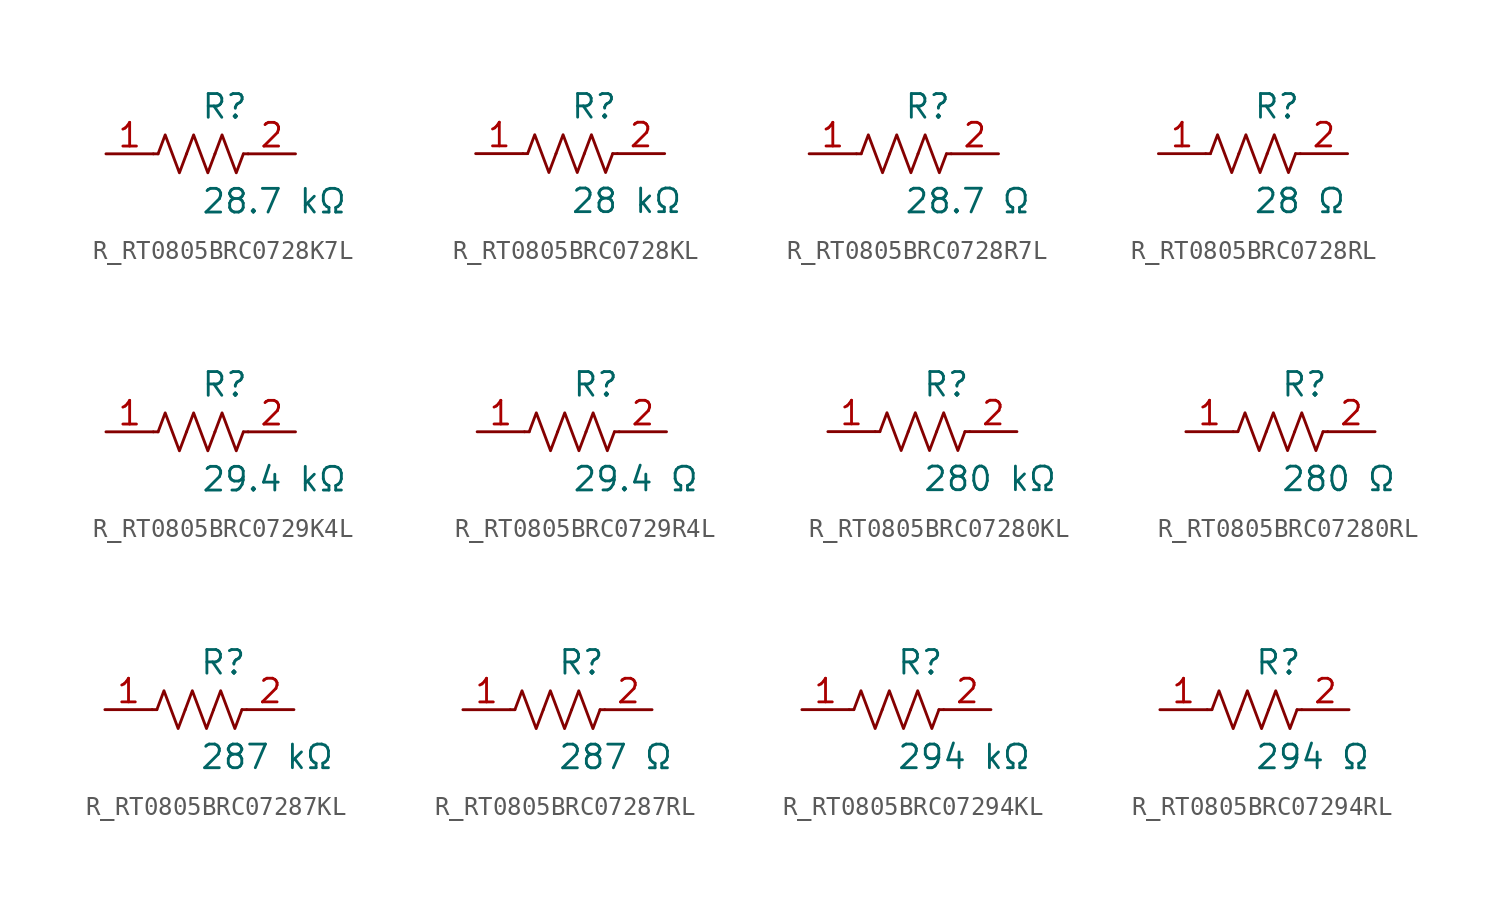
<source format=kicad_sym>
(kicad_symbol_lib
  (version 20231120)
  (generator kicad_symbol_editor)
  (generator_version 8.0)
  (symbol "R_RT0805BRC0728K7L"
    (pin_names
      (offset 0.254))
    (property "Reference" "R"
      (at 0 2.54 0)
      (effects (font (size 1.27 1.27)) (justify left)))
    (property "Value" "28.7 kΩ"
      (at 0 -2.54 0)
      (effects (font (size 1.27 1.27)) (justify left)))
    (symbol "R_RT0805BRC0728K7L_0_1"
      (polyline (pts (xy 2.286 0) (xy 2.54 0)) (stroke (width 0) (type default)) (fill (type none)))
      (polyline (pts (xy -2.286 0) (xy -2.54 0)) (stroke (width 0) (type default)) (fill (type none)))
      (polyline (pts (xy 0.762 0) (xy 1.143 1.016) (xy 1.524 0) (xy 1.905 -1.016) (xy 2.286 0)) (stroke (width 0) (type default)) (fill (type none)))
      (polyline (pts (xy -0.762 0) (xy -0.381 1.016) (xy 0 0) (xy 0.381 -1.016) (xy 0.762 0)) (stroke (width 0) (type default)) (fill (type none)))
      (polyline (pts (xy -2.286 0) (xy -1.905 1.016) (xy -1.524 0) (xy -1.143 -1.016) (xy -0.762 0)) (stroke (width 0) (type default)) (fill (type none))))
    (pin unspecified line
      (at -5.08 0 0)
      (length 2.54)
      (name "" (effects (font (size 1.27 1.27))))
      (number "1" (effects (font (size 1.27 1.27)))))
    (pin unspecified line
      (at 5.08 0 180)
      (length 2.54)
      (name "" (effects (font (size 1.27 1.27))))
      (number "2" (effects (font (size 1.27 1.27))))))
  (symbol "R_RT0805BRC0728KL"
    (pin_names
      (offset 0.254))
    (property "Reference" "R"
      (at 0 2.54 0)
      (effects (font (size 1.27 1.27)) (justify left)))
    (property "Value" "28 kΩ"
      (at 0 -2.54 0)
      (effects (font (size 1.27 1.27)) (justify left)))
    (symbol "R_RT0805BRC0728KL_0_1"
      (polyline (pts (xy 2.286 0) (xy 2.54 0)) (stroke (width 0) (type default)) (fill (type none)))
      (polyline (pts (xy -2.286 0) (xy -2.54 0)) (stroke (width 0) (type default)) (fill (type none)))
      (polyline (pts (xy 0.762 0) (xy 1.143 1.016) (xy 1.524 0) (xy 1.905 -1.016) (xy 2.286 0)) (stroke (width 0) (type default)) (fill (type none)))
      (polyline (pts (xy -0.762 0) (xy -0.381 1.016) (xy 0 0) (xy 0.381 -1.016) (xy 0.762 0)) (stroke (width 0) (type default)) (fill (type none)))
      (polyline (pts (xy -2.286 0) (xy -1.905 1.016) (xy -1.524 0) (xy -1.143 -1.016) (xy -0.762 0)) (stroke (width 0) (type default)) (fill (type none))))
    (pin unspecified line
      (at -5.08 0 0)
      (length 2.54)
      (name "" (effects (font (size 1.27 1.27))))
      (number "1" (effects (font (size 1.27 1.27)))))
    (pin unspecified line
      (at 5.08 0 180)
      (length 2.54)
      (name "" (effects (font (size 1.27 1.27))))
      (number "2" (effects (font (size 1.27 1.27))))))
  (symbol "R_RT0805BRC0728R7L"
    (pin_names
      (offset 0.254))
    (property "Reference" "R"
      (at 0 2.54 0)
      (effects (font (size 1.27 1.27)) (justify left)))
    (property "Value" "28.7 Ω"
      (at 0 -2.54 0)
      (effects (font (size 1.27 1.27)) (justify left)))
    (symbol "R_RT0805BRC0728R7L_0_1"
      (polyline (pts (xy 2.286 0) (xy 2.54 0)) (stroke (width 0) (type default)) (fill (type none)))
      (polyline (pts (xy -2.286 0) (xy -2.54 0)) (stroke (width 0) (type default)) (fill (type none)))
      (polyline (pts (xy 0.762 0) (xy 1.143 1.016) (xy 1.524 0) (xy 1.905 -1.016) (xy 2.286 0)) (stroke (width 0) (type default)) (fill (type none)))
      (polyline (pts (xy -0.762 0) (xy -0.381 1.016) (xy 0 0) (xy 0.381 -1.016) (xy 0.762 0)) (stroke (width 0) (type default)) (fill (type none)))
      (polyline (pts (xy -2.286 0) (xy -1.905 1.016) (xy -1.524 0) (xy -1.143 -1.016) (xy -0.762 0)) (stroke (width 0) (type default)) (fill (type none))))
    (pin unspecified line
      (at -5.08 0 0)
      (length 2.54)
      (name "" (effects (font (size 1.27 1.27))))
      (number "1" (effects (font (size 1.27 1.27)))))
    (pin unspecified line
      (at 5.08 0 180)
      (length 2.54)
      (name "" (effects (font (size 1.27 1.27))))
      (number "2" (effects (font (size 1.27 1.27))))))
  (symbol "R_RT0805BRC0728RL"
    (pin_names
      (offset 0.254))
    (property "Reference" "R"
      (at 0 2.54 0)
      (effects (font (size 1.27 1.27)) (justify left)))
    (property "Value" "28 Ω"
      (at 0 -2.54 0)
      (effects (font (size 1.27 1.27)) (justify left)))
    (symbol "R_RT0805BRC0728RL_0_1"
      (polyline (pts (xy 2.286 0) (xy 2.54 0)) (stroke (width 0) (type default)) (fill (type none)))
      (polyline (pts (xy -2.286 0) (xy -2.54 0)) (stroke (width 0) (type default)) (fill (type none)))
      (polyline (pts (xy 0.762 0) (xy 1.143 1.016) (xy 1.524 0) (xy 1.905 -1.016) (xy 2.286 0)) (stroke (width 0) (type default)) (fill (type none)))
      (polyline (pts (xy -0.762 0) (xy -0.381 1.016) (xy 0 0) (xy 0.381 -1.016) (xy 0.762 0)) (stroke (width 0) (type default)) (fill (type none)))
      (polyline (pts (xy -2.286 0) (xy -1.905 1.016) (xy -1.524 0) (xy -1.143 -1.016) (xy -0.762 0)) (stroke (width 0) (type default)) (fill (type none))))
    (pin unspecified line
      (at -5.08 0 0)
      (length 2.54)
      (name "" (effects (font (size 1.27 1.27))))
      (number "1" (effects (font (size 1.27 1.27)))))
    (pin unspecified line
      (at 5.08 0 180)
      (length 2.54)
      (name "" (effects (font (size 1.27 1.27))))
      (number "2" (effects (font (size 1.27 1.27))))))
  (symbol "R_RT0805BRC0729K4L"
    (pin_names
      (offset 0.254))
    (property "Reference" "R"
      (at 0 2.54 0)
      (effects (font (size 1.27 1.27)) (justify left)))
    (property "Value" "29.4 kΩ"
      (at 0 -2.54 0)
      (effects (font (size 1.27 1.27)) (justify left)))
    (symbol "R_RT0805BRC0729K4L_0_1"
      (polyline (pts (xy 2.286 0) (xy 2.54 0)) (stroke (width 0) (type default)) (fill (type none)))
      (polyline (pts (xy -2.286 0) (xy -2.54 0)) (stroke (width 0) (type default)) (fill (type none)))
      (polyline (pts (xy 0.762 0) (xy 1.143 1.016) (xy 1.524 0) (xy 1.905 -1.016) (xy 2.286 0)) (stroke (width 0) (type default)) (fill (type none)))
      (polyline (pts (xy -0.762 0) (xy -0.381 1.016) (xy 0 0) (xy 0.381 -1.016) (xy 0.762 0)) (stroke (width 0) (type default)) (fill (type none)))
      (polyline (pts (xy -2.286 0) (xy -1.905 1.016) (xy -1.524 0) (xy -1.143 -1.016) (xy -0.762 0)) (stroke (width 0) (type default)) (fill (type none))))
    (pin unspecified line
      (at -5.08 0 0)
      (length 2.54)
      (name "" (effects (font (size 1.27 1.27))))
      (number "1" (effects (font (size 1.27 1.27)))))
    (pin unspecified line
      (at 5.08 0 180)
      (length 2.54)
      (name "" (effects (font (size 1.27 1.27))))
      (number "2" (effects (font (size 1.27 1.27))))))
  (symbol "R_RT0805BRC0729R4L"
    (pin_names
      (offset 0.254))
    (property "Reference" "R"
      (at 0 2.54 0)
      (effects (font (size 1.27 1.27)) (justify left)))
    (property "Value" "29.4 Ω"
      (at 0 -2.54 0)
      (effects (font (size 1.27 1.27)) (justify left)))
    (symbol "R_RT0805BRC0729R4L_0_1"
      (polyline (pts (xy 2.286 0) (xy 2.54 0)) (stroke (width 0) (type default)) (fill (type none)))
      (polyline (pts (xy -2.286 0) (xy -2.54 0)) (stroke (width 0) (type default)) (fill (type none)))
      (polyline (pts (xy 0.762 0) (xy 1.143 1.016) (xy 1.524 0) (xy 1.905 -1.016) (xy 2.286 0)) (stroke (width 0) (type default)) (fill (type none)))
      (polyline (pts (xy -0.762 0) (xy -0.381 1.016) (xy 0 0) (xy 0.381 -1.016) (xy 0.762 0)) (stroke (width 0) (type default)) (fill (type none)))
      (polyline (pts (xy -2.286 0) (xy -1.905 1.016) (xy -1.524 0) (xy -1.143 -1.016) (xy -0.762 0)) (stroke (width 0) (type default)) (fill (type none))))
    (pin unspecified line
      (at -5.08 0 0)
      (length 2.54)
      (name "" (effects (font (size 1.27 1.27))))
      (number "1" (effects (font (size 1.27 1.27)))))
    (pin unspecified line
      (at 5.08 0 180)
      (length 2.54)
      (name "" (effects (font (size 1.27 1.27))))
      (number "2" (effects (font (size 1.27 1.27))))))
  (symbol "R_RT0805BRC07280KL"
    (pin_names
      (offset 0.254))
    (property "Reference" "R"
      (at 0 2.54 0)
      (effects (font (size 1.27 1.27)) (justify left)))
    (property "Value" "280 kΩ"
      (at 0 -2.54 0)
      (effects (font (size 1.27 1.27)) (justify left)))
    (symbol "R_RT0805BRC07280KL_0_1"
      (polyline (pts (xy 2.286 0) (xy 2.54 0)) (stroke (width 0) (type default)) (fill (type none)))
      (polyline (pts (xy -2.286 0) (xy -2.54 0)) (stroke (width 0) (type default)) (fill (type none)))
      (polyline (pts (xy 0.762 0) (xy 1.143 1.016) (xy 1.524 0) (xy 1.905 -1.016) (xy 2.286 0)) (stroke (width 0) (type default)) (fill (type none)))
      (polyline (pts (xy -0.762 0) (xy -0.381 1.016) (xy 0 0) (xy 0.381 -1.016) (xy 0.762 0)) (stroke (width 0) (type default)) (fill (type none)))
      (polyline (pts (xy -2.286 0) (xy -1.905 1.016) (xy -1.524 0) (xy -1.143 -1.016) (xy -0.762 0)) (stroke (width 0) (type default)) (fill (type none))))
    (pin unspecified line
      (at -5.08 0 0)
      (length 2.54)
      (name "" (effects (font (size 1.27 1.27))))
      (number "1" (effects (font (size 1.27 1.27)))))
    (pin unspecified line
      (at 5.08 0 180)
      (length 2.54)
      (name "" (effects (font (size 1.27 1.27))))
      (number "2" (effects (font (size 1.27 1.27))))))
  (symbol "R_RT0805BRC07280RL"
    (pin_names
      (offset 0.254))
    (property "Reference" "R"
      (at 0 2.54 0)
      (effects (font (size 1.27 1.27)) (justify left)))
    (property "Value" "280 Ω"
      (at 0 -2.54 0)
      (effects (font (size 1.27 1.27)) (justify left)))
    (symbol "R_RT0805BRC07280RL_0_1"
      (polyline (pts (xy 2.286 0) (xy 2.54 0)) (stroke (width 0) (type default)) (fill (type none)))
      (polyline (pts (xy -2.286 0) (xy -2.54 0)) (stroke (width 0) (type default)) (fill (type none)))
      (polyline (pts (xy 0.762 0) (xy 1.143 1.016) (xy 1.524 0) (xy 1.905 -1.016) (xy 2.286 0)) (stroke (width 0) (type default)) (fill (type none)))
      (polyline (pts (xy -0.762 0) (xy -0.381 1.016) (xy 0 0) (xy 0.381 -1.016) (xy 0.762 0)) (stroke (width 0) (type default)) (fill (type none)))
      (polyline (pts (xy -2.286 0) (xy -1.905 1.016) (xy -1.524 0) (xy -1.143 -1.016) (xy -0.762 0)) (stroke (width 0) (type default)) (fill (type none))))
    (pin unspecified line
      (at -5.08 0 0)
      (length 2.54)
      (name "" (effects (font (size 1.27 1.27))))
      (number "1" (effects (font (size 1.27 1.27)))))
    (pin unspecified line
      (at 5.08 0 180)
      (length 2.54)
      (name "" (effects (font (size 1.27 1.27))))
      (number "2" (effects (font (size 1.27 1.27))))))
  (symbol "R_RT0805BRC07287KL"
    (pin_names
      (offset 0.254))
    (property "Reference" "R"
      (at 0 2.54 0)
      (effects (font (size 1.27 1.27)) (justify left)))
    (property "Value" "287 kΩ"
      (at 0 -2.54 0)
      (effects (font (size 1.27 1.27)) (justify left)))
    (symbol "R_RT0805BRC07287KL_0_1"
      (polyline (pts (xy 2.286 0) (xy 2.54 0)) (stroke (width 0) (type default)) (fill (type none)))
      (polyline (pts (xy -2.286 0) (xy -2.54 0)) (stroke (width 0) (type default)) (fill (type none)))
      (polyline (pts (xy 0.762 0) (xy 1.143 1.016) (xy 1.524 0) (xy 1.905 -1.016) (xy 2.286 0)) (stroke (width 0) (type default)) (fill (type none)))
      (polyline (pts (xy -0.762 0) (xy -0.381 1.016) (xy 0 0) (xy 0.381 -1.016) (xy 0.762 0)) (stroke (width 0) (type default)) (fill (type none)))
      (polyline (pts (xy -2.286 0) (xy -1.905 1.016) (xy -1.524 0) (xy -1.143 -1.016) (xy -0.762 0)) (stroke (width 0) (type default)) (fill (type none))))
    (pin unspecified line
      (at -5.08 0 0)
      (length 2.54)
      (name "" (effects (font (size 1.27 1.27))))
      (number "1" (effects (font (size 1.27 1.27)))))
    (pin unspecified line
      (at 5.08 0 180)
      (length 2.54)
      (name "" (effects (font (size 1.27 1.27))))
      (number "2" (effects (font (size 1.27 1.27))))))
  (symbol "R_RT0805BRC07287RL"
    (pin_names
      (offset 0.254))
    (property "Reference" "R"
      (at 0 2.54 0)
      (effects (font (size 1.27 1.27)) (justify left)))
    (property "Value" "287 Ω"
      (at 0 -2.54 0)
      (effects (font (size 1.27 1.27)) (justify left)))
    (symbol "R_RT0805BRC07287RL_0_1"
      (polyline (pts (xy 2.286 0) (xy 2.54 0)) (stroke (width 0) (type default)) (fill (type none)))
      (polyline (pts (xy -2.286 0) (xy -2.54 0)) (stroke (width 0) (type default)) (fill (type none)))
      (polyline (pts (xy 0.762 0) (xy 1.143 1.016) (xy 1.524 0) (xy 1.905 -1.016) (xy 2.286 0)) (stroke (width 0) (type default)) (fill (type none)))
      (polyline (pts (xy -0.762 0) (xy -0.381 1.016) (xy 0 0) (xy 0.381 -1.016) (xy 0.762 0)) (stroke (width 0) (type default)) (fill (type none)))
      (polyline (pts (xy -2.286 0) (xy -1.905 1.016) (xy -1.524 0) (xy -1.143 -1.016) (xy -0.762 0)) (stroke (width 0) (type default)) (fill (type none))))
    (pin unspecified line
      (at -5.08 0 0)
      (length 2.54)
      (name "" (effects (font (size 1.27 1.27))))
      (number "1" (effects (font (size 1.27 1.27)))))
    (pin unspecified line
      (at 5.08 0 180)
      (length 2.54)
      (name "" (effects (font (size 1.27 1.27))))
      (number "2" (effects (font (size 1.27 1.27))))))
  (symbol "R_RT0805BRC07294KL"
    (pin_names
      (offset 0.254))
    (property "Reference" "R"
      (at 0 2.54 0)
      (effects (font (size 1.27 1.27)) (justify left)))
    (property "Value" "294 kΩ"
      (at 0 -2.54 0)
      (effects (font (size 1.27 1.27)) (justify left)))
    (symbol "R_RT0805BRC07294KL_0_1"
      (polyline (pts (xy 2.286 0) (xy 2.54 0)) (stroke (width 0) (type default)) (fill (type none)))
      (polyline (pts (xy -2.286 0) (xy -2.54 0)) (stroke (width 0) (type default)) (fill (type none)))
      (polyline (pts (xy 0.762 0) (xy 1.143 1.016) (xy 1.524 0) (xy 1.905 -1.016) (xy 2.286 0)) (stroke (width 0) (type default)) (fill (type none)))
      (polyline (pts (xy -0.762 0) (xy -0.381 1.016) (xy 0 0) (xy 0.381 -1.016) (xy 0.762 0)) (stroke (width 0) (type default)) (fill (type none)))
      (polyline (pts (xy -2.286 0) (xy -1.905 1.016) (xy -1.524 0) (xy -1.143 -1.016) (xy -0.762 0)) (stroke (width 0) (type default)) (fill (type none))))
    (pin unspecified line
      (at -5.08 0 0)
      (length 2.54)
      (name "" (effects (font (size 1.27 1.27))))
      (number "1" (effects (font (size 1.27 1.27)))))
    (pin unspecified line
      (at 5.08 0 180)
      (length 2.54)
      (name "" (effects (font (size 1.27 1.27))))
      (number "2" (effects (font (size 1.27 1.27))))))
  (symbol "R_RT0805BRC07294RL"
    (pin_names
      (offset 0.254))
    (property "Reference" "R"
      (at 0 2.54 0)
      (effects (font (size 1.27 1.27)) (justify left)))
    (property "Value" "294 Ω"
      (at 0 -2.54 0)
      (effects (font (size 1.27 1.27)) (justify left)))
    (symbol "R_RT0805BRC07294RL_0_1"
      (polyline (pts (xy 2.286 0) (xy 2.54 0)) (stroke (width 0) (type default)) (fill (type none)))
      (polyline (pts (xy -2.286 0) (xy -2.54 0)) (stroke (width 0) (type default)) (fill (type none)))
      (polyline (pts (xy 0.762 0) (xy 1.143 1.016) (xy 1.524 0) (xy 1.905 -1.016) (xy 2.286 0)) (stroke (width 0) (type default)) (fill (type none)))
      (polyline (pts (xy -0.762 0) (xy -0.381 1.016) (xy 0 0) (xy 0.381 -1.016) (xy 0.762 0)) (stroke (width 0) (type default)) (fill (type none)))
      (polyline (pts (xy -2.286 0) (xy -1.905 1.016) (xy -1.524 0) (xy -1.143 -1.016) (xy -0.762 0)) (stroke (width 0) (type default)) (fill (type none))))
    (pin unspecified line
      (at -5.08 0 0)
      (length 2.54)
      (name "" (effects (font (size 1.27 1.27))))
      (number "1" (effects (font (size 1.27 1.27)))))
    (pin unspecified line
      (at 5.08 0 180)
      (length 2.54)
      (name "" (effects (font (size 1.27 1.27))))
      (number "2" (effects (font (size 1.27 1.27)))))))
</source>
